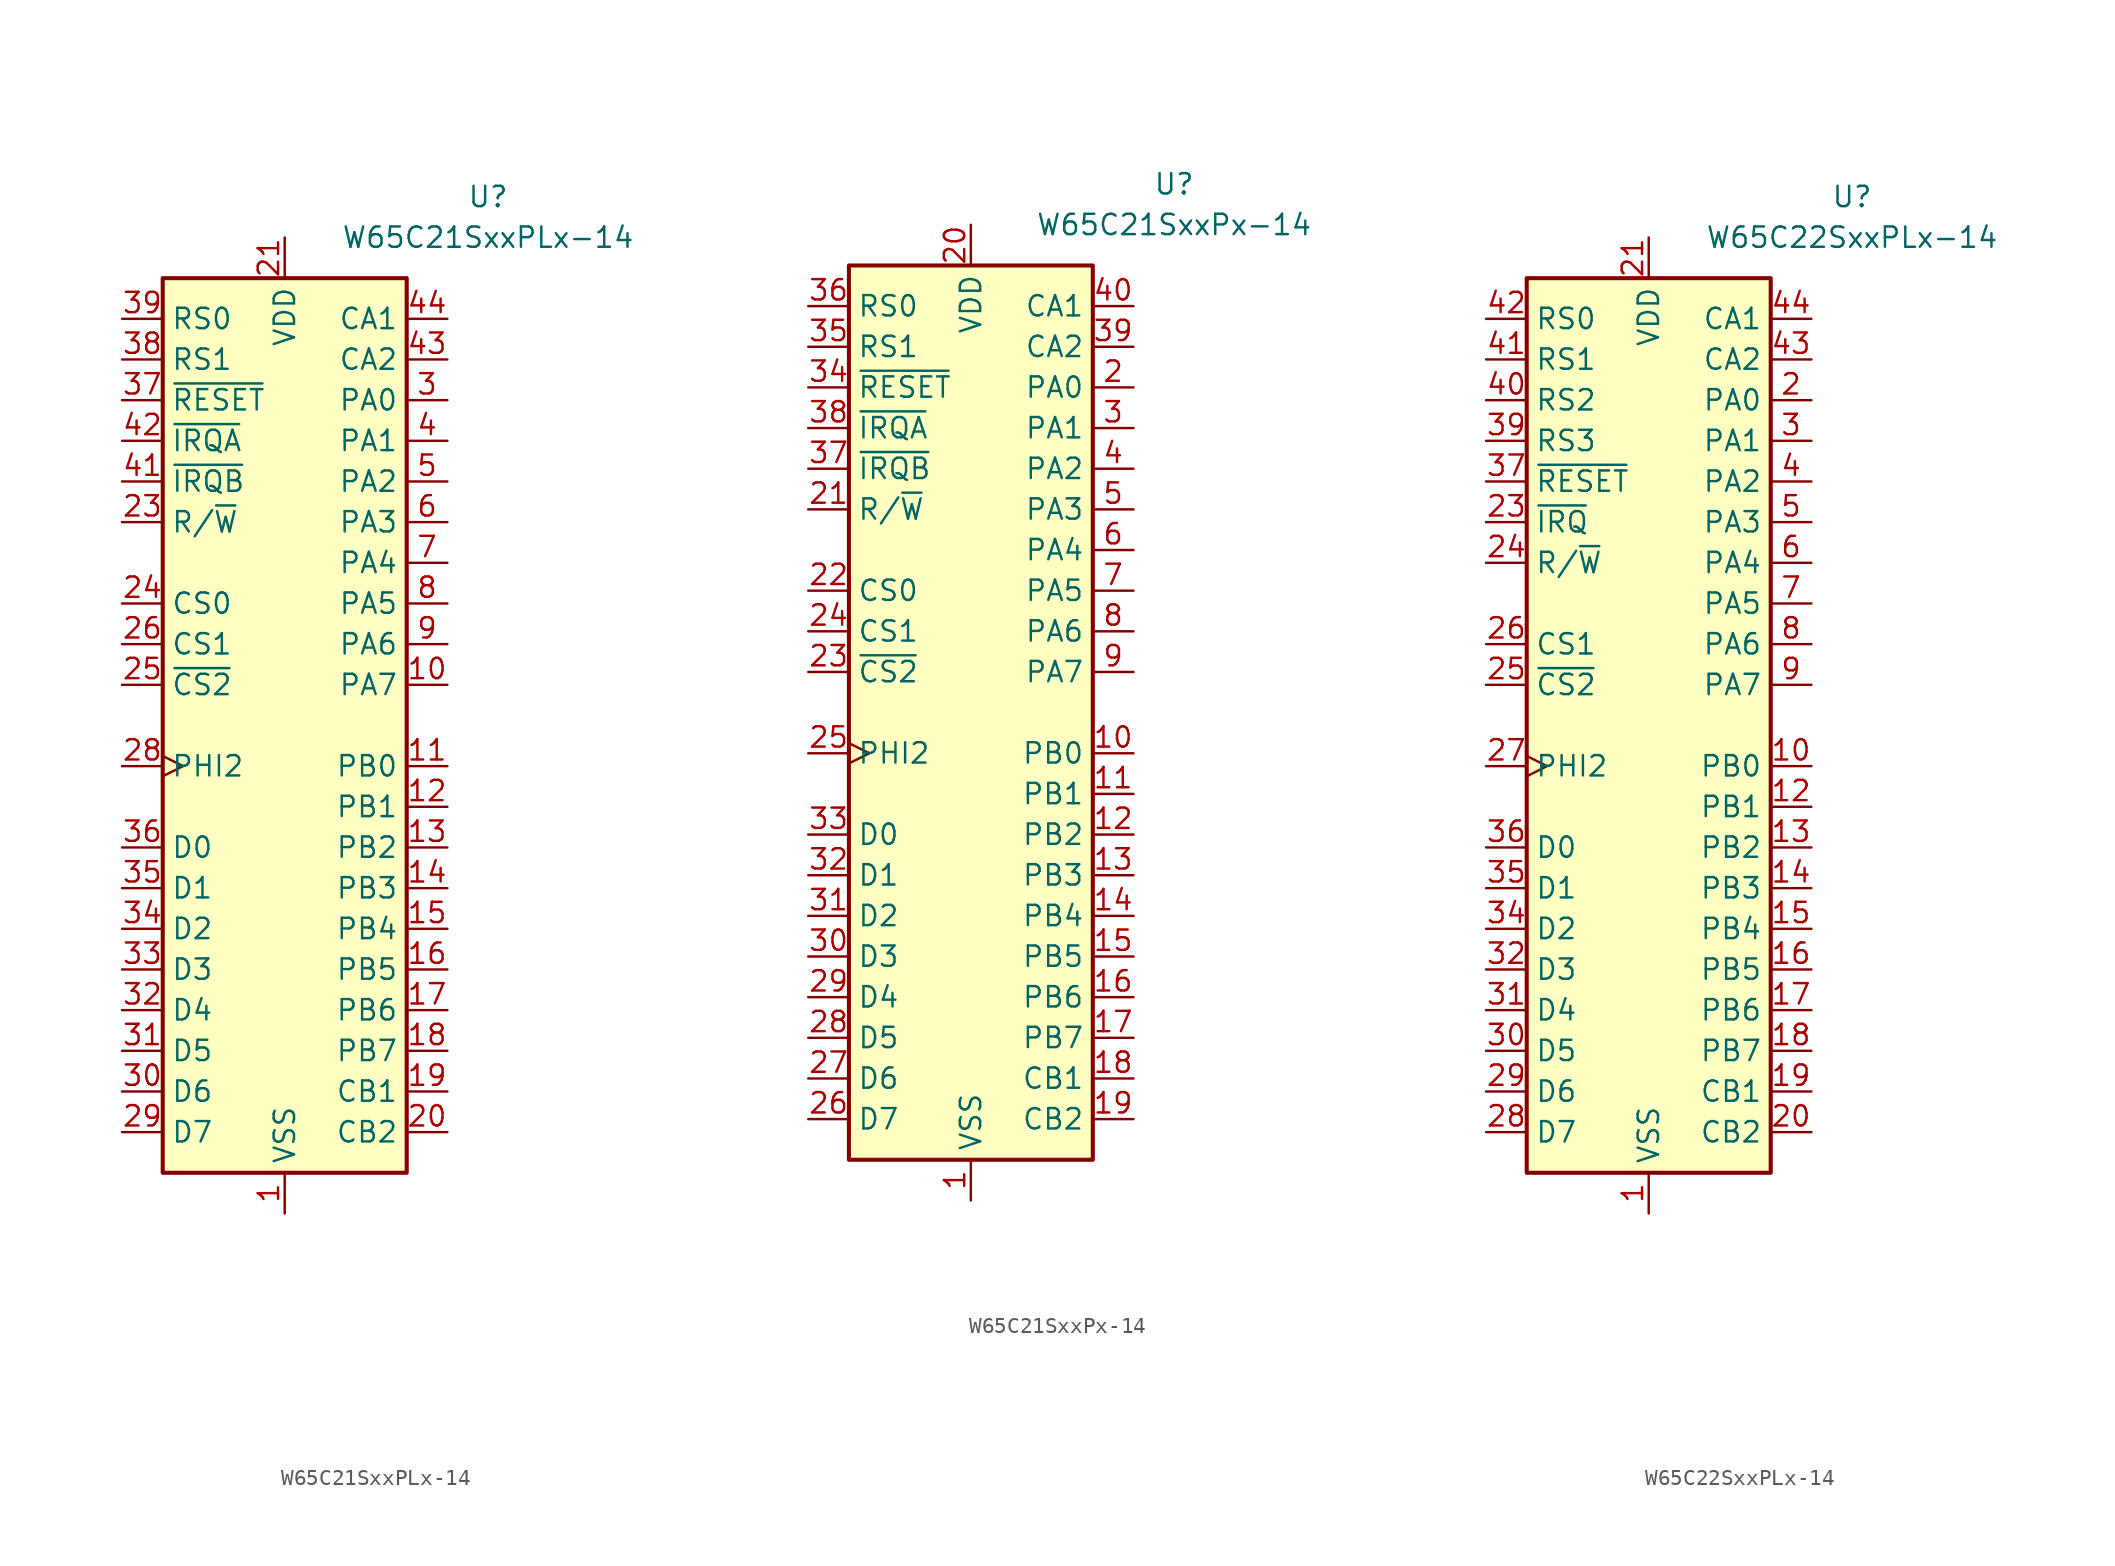
<source format=kicad_sym>
(kicad_symbol_lib
  (version 20211014)
  (generator kicad_symbol_editor)
  (symbol "W65C21SxxPLx-14"
    (property "Reference" "U"
      (at 12.7 33.02 0)
      (effects (font (size 1.27 1.27))))
    (property "Value" "W65C21SxxPLx-14"
      (at 12.7 30.48 0)
      (effects (font (size 1.27 1.27))))
    (symbol "W65C21SxxPLx-14_0_1"
      (rectangle (start -7.62 27.94) (end 7.62 -27.94) (stroke (width 0.254) (type default) (color 0 0 0 0)) (fill (type background))))
    (symbol "W65C21SxxPLx-14_1_1"
      (pin power_in line (at 0 -30.48 90) (length 2.54) (name "VSS" (effects (font (size 1.27 1.27)))) (number "1" (effects (font (size 1.27 1.27)))))
      (pin bidirectional line (at 10.16 2.54 180) (length 2.54) (name "PA7" (effects (font (size 1.27 1.27)))) (number "10" (effects (font (size 1.27 1.27)))))
      (pin bidirectional line (at 10.16 -2.54 180) (length 2.54) (name "PB0" (effects (font (size 1.27 1.27)))) (number "11" (effects (font (size 1.27 1.27)))))
      (pin bidirectional line (at 10.16 -5.08 180) (length 2.54) (name "PB1" (effects (font (size 1.27 1.27)))) (number "12" (effects (font (size 1.27 1.27)))))
      (pin bidirectional line (at 10.16 -7.62 180) (length 2.54) (name "PB2" (effects (font (size 1.27 1.27)))) (number "13" (effects (font (size 1.27 1.27)))))
      (pin bidirectional line (at 10.16 -10.16 180) (length 2.54) (name "PB3" (effects (font (size 1.27 1.27)))) (number "14" (effects (font (size 1.27 1.27)))))
      (pin bidirectional line (at 10.16 -12.7 180) (length 2.54) (name "PB4" (effects (font (size 1.27 1.27)))) (number "15" (effects (font (size 1.27 1.27)))))
      (pin bidirectional line (at 10.16 -15.24 180) (length 2.54) (name "PB5" (effects (font (size 1.27 1.27)))) (number "16" (effects (font (size 1.27 1.27)))))
      (pin bidirectional line (at 10.16 -17.78 180) (length 2.54) (name "PB6" (effects (font (size 1.27 1.27)))) (number "17" (effects (font (size 1.27 1.27)))))
      (pin bidirectional line (at 10.16 -20.32 180) (length 2.54) (name "PB7" (effects (font (size 1.27 1.27)))) (number "18" (effects (font (size 1.27 1.27)))))
      (pin input line (at 10.16 -22.86 180) (length 2.54) (name "CB1" (effects (font (size 1.27 1.27)))) (number "19" (effects (font (size 1.27 1.27)))))
      (pin no_connect non_logic (at 10.16 -30.48 180) (length 2.54) hide (name "NC" (effects (font (size 1.27 1.27)))) (number "2" (effects (font (size 1.27 1.27)))))
      (pin bidirectional line (at 10.16 -25.4 180) (length 2.54) (name "CB2" (effects (font (size 1.27 1.27)))) (number "20" (effects (font (size 1.27 1.27)))))
      (pin power_in line (at 0 30.48 270) (length 2.54) (name "VDD" (effects (font (size 1.27 1.27)))) (number "21" (effects (font (size 1.27 1.27)))))
      (pin no_connect non_logic (at 10.16 -33.02 180) (length 2.54) hide (name "NC" (effects (font (size 1.27 1.27)))) (number "22" (effects (font (size 1.27 1.27)))))
      (pin input line (at -10.16 12.7 0) (length 2.54) (name "R/~{W}" (effects (font (size 1.27 1.27)))) (number "23" (effects (font (size 1.27 1.27)))))
      (pin input line (at -10.16 7.62 0) (length 2.54) (name "CS0" (effects (font (size 1.27 1.27)))) (number "24" (effects (font (size 1.27 1.27)))))
      (pin input line (at -10.16 2.54 0) (length 2.54) (name "~{CS2}" (effects (font (size 1.27 1.27)))) (number "25" (effects (font (size 1.27 1.27)))))
      (pin input line (at -10.16 5.08 0) (length 2.54) (name "CS1" (effects (font (size 1.27 1.27)))) (number "26" (effects (font (size 1.27 1.27)))))
      (pin no_connect non_logic (at 10.16 -35.56 180) (length 2.54) hide (name "NC" (effects (font (size 1.27 1.27)))) (number "27" (effects (font (size 1.27 1.27)))))
      (pin input clock (at -10.16 -2.54 0) (length 2.54) (name "PHI2" (effects (font (size 1.27 1.27)))) (number "28" (effects (font (size 1.27 1.27)))))
      (pin bidirectional line (at -10.16 -25.4 0) (length 2.54) (name "D7" (effects (font (size 1.27 1.27)))) (number "29" (effects (font (size 1.27 1.27)))))
      (pin bidirectional line (at 10.16 20.32 180) (length 2.54) (name "PA0" (effects (font (size 1.27 1.27)))) (number "3" (effects (font (size 1.27 1.27)))))
      (pin bidirectional line (at -10.16 -22.86 0) (length 2.54) (name "D6" (effects (font (size 1.27 1.27)))) (number "30" (effects (font (size 1.27 1.27)))))
      (pin bidirectional line (at -10.16 -20.32 0) (length 2.54) (name "D5" (effects (font (size 1.27 1.27)))) (number "31" (effects (font (size 1.27 1.27)))))
      (pin bidirectional line (at -10.16 -17.78 0) (length 2.54) (name "D4" (effects (font (size 1.27 1.27)))) (number "32" (effects (font (size 1.27 1.27)))))
      (pin bidirectional line (at -10.16 -15.24 0) (length 2.54) (name "D3" (effects (font (size 1.27 1.27)))) (number "33" (effects (font (size 1.27 1.27)))))
      (pin bidirectional line (at -10.16 -12.7 0) (length 2.54) (name "D2" (effects (font (size 1.27 1.27)))) (number "34" (effects (font (size 1.27 1.27)))))
      (pin bidirectional line (at -10.16 -10.16 0) (length 2.54) (name "D1" (effects (font (size 1.27 1.27)))) (number "35" (effects (font (size 1.27 1.27)))))
      (pin bidirectional line (at -10.16 -7.62 0) (length 2.54) (name "D0" (effects (font (size 1.27 1.27)))) (number "36" (effects (font (size 1.27 1.27)))))
      (pin input line (at -10.16 20.32 0) (length 2.54) (name "~{RESET}" (effects (font (size 1.27 1.27)))) (number "37" (effects (font (size 1.27 1.27)))))
      (pin input line (at -10.16 22.86 0) (length 2.54) (name "RS1" (effects (font (size 1.27 1.27)))) (number "38" (effects (font (size 1.27 1.27)))))
      (pin input line (at -10.16 25.4 0) (length 2.54) (name "RS0" (effects (font (size 1.27 1.27)))) (number "39" (effects (font (size 1.27 1.27)))))
      (pin bidirectional line (at 10.16 17.78 180) (length 2.54) (name "PA1" (effects (font (size 1.27 1.27)))) (number "4" (effects (font (size 1.27 1.27)))))
      (pin no_connect non_logic (at 10.16 -38.1 180) (length 2.54) hide (name "NC" (effects (font (size 1.27 1.27)))) (number "40" (effects (font (size 1.27 1.27)))))
      (pin output line (at -10.16 15.24 0) (length 2.54) (name "~{IRQB}" (effects (font (size 1.27 1.27)))) (number "41" (effects (font (size 1.27 1.27)))))
      (pin output line (at -10.16 17.78 0) (length 2.54) (name "~{IRQA}" (effects (font (size 1.27 1.27)))) (number "42" (effects (font (size 1.27 1.27)))))
      (pin bidirectional line (at 10.16 22.86 180) (length 2.54) (name "CA2" (effects (font (size 1.27 1.27)))) (number "43" (effects (font (size 1.27 1.27)))))
      (pin input line (at 10.16 25.4 180) (length 2.54) (name "CA1" (effects (font (size 1.27 1.27)))) (number "44" (effects (font (size 1.27 1.27)))))
      (pin bidirectional line (at 10.16 15.24 180) (length 2.54) (name "PA2" (effects (font (size 1.27 1.27)))) (number "5" (effects (font (size 1.27 1.27)))))
      (pin bidirectional line (at 10.16 12.7 180) (length 2.54) (name "PA3" (effects (font (size 1.27 1.27)))) (number "6" (effects (font (size 1.27 1.27)))))
      (pin bidirectional line (at 10.16 10.16 180) (length 2.54) (name "PA4" (effects (font (size 1.27 1.27)))) (number "7" (effects (font (size 1.27 1.27)))))
      (pin bidirectional line (at 10.16 7.62 180) (length 2.54) (name "PA5" (effects (font (size 1.27 1.27)))) (number "8" (effects (font (size 1.27 1.27)))))
      (pin bidirectional line (at 10.16 5.08 180) (length 2.54) (name "PA6" (effects (font (size 1.27 1.27)))) (number "9" (effects (font (size 1.27 1.27)))))))
  (symbol "W65C21SxxPx-14"
    (property "Reference" "U"
      (at 12.7 33.02 0)
      (effects (font (size 1.27 1.27))))
    (property "Value" "W65C21SxxPx-14"
      (at 12.7 30.48 0)
      (effects (font (size 1.27 1.27))))
    (symbol "W65C21SxxPx-14_0_1"
      (rectangle (start -7.62 27.94) (end 7.62 -27.94) (stroke (width 0.254) (type default) (color 0 0 0 0)) (fill (type background))))
    (symbol "W65C21SxxPx-14_1_1"
      (pin power_in line (at 0 -30.48 90) (length 2.54) (name "VSS" (effects (font (size 1.27 1.27)))) (number "1" (effects (font (size 1.27 1.27)))))
      (pin bidirectional line (at 10.16 -2.54 180) (length 2.54) (name "PB0" (effects (font (size 1.27 1.27)))) (number "10" (effects (font (size 1.27 1.27)))))
      (pin bidirectional line (at 10.16 -5.08 180) (length 2.54) (name "PB1" (effects (font (size 1.27 1.27)))) (number "11" (effects (font (size 1.27 1.27)))))
      (pin bidirectional line (at 10.16 -7.62 180) (length 2.54) (name "PB2" (effects (font (size 1.27 1.27)))) (number "12" (effects (font (size 1.27 1.27)))))
      (pin bidirectional line (at 10.16 -10.16 180) (length 2.54) (name "PB3" (effects (font (size 1.27 1.27)))) (number "13" (effects (font (size 1.27 1.27)))))
      (pin bidirectional line (at 10.16 -12.7 180) (length 2.54) (name "PB4" (effects (font (size 1.27 1.27)))) (number "14" (effects (font (size 1.27 1.27)))))
      (pin bidirectional line (at 10.16 -15.24 180) (length 2.54) (name "PB5" (effects (font (size 1.27 1.27)))) (number "15" (effects (font (size 1.27 1.27)))))
      (pin bidirectional line (at 10.16 -17.78 180) (length 2.54) (name "PB6" (effects (font (size 1.27 1.27)))) (number "16" (effects (font (size 1.27 1.27)))))
      (pin bidirectional line (at 10.16 -20.32 180) (length 2.54) (name "PB7" (effects (font (size 1.27 1.27)))) (number "17" (effects (font (size 1.27 1.27)))))
      (pin input line (at 10.16 -22.86 180) (length 2.54) (name "CB1" (effects (font (size 1.27 1.27)))) (number "18" (effects (font (size 1.27 1.27)))))
      (pin bidirectional line (at 10.16 -25.4 180) (length 2.54) (name "CB2" (effects (font (size 1.27 1.27)))) (number "19" (effects (font (size 1.27 1.27)))))
      (pin bidirectional line (at 10.16 20.32 180) (length 2.54) (name "PA0" (effects (font (size 1.27 1.27)))) (number "2" (effects (font (size 1.27 1.27)))))
      (pin power_in line (at 0 30.48 270) (length 2.54) (name "VDD" (effects (font (size 1.27 1.27)))) (number "20" (effects (font (size 1.27 1.27)))))
      (pin input line (at -10.16 12.7 0) (length 2.54) (name "R/~{W}" (effects (font (size 1.27 1.27)))) (number "21" (effects (font (size 1.27 1.27)))))
      (pin input line (at -10.16 7.62 0) (length 2.54) (name "CS0" (effects (font (size 1.27 1.27)))) (number "22" (effects (font (size 1.27 1.27)))))
      (pin input line (at -10.16 2.54 0) (length 2.54) (name "~{CS2}" (effects (font (size 1.27 1.27)))) (number "23" (effects (font (size 1.27 1.27)))))
      (pin input line (at -10.16 5.08 0) (length 2.54) (name "CS1" (effects (font (size 1.27 1.27)))) (number "24" (effects (font (size 1.27 1.27)))))
      (pin input clock (at -10.16 -2.54 0) (length 2.54) (name "PHI2" (effects (font (size 1.27 1.27)))) (number "25" (effects (font (size 1.27 1.27)))))
      (pin bidirectional line (at -10.16 -25.4 0) (length 2.54) (name "D7" (effects (font (size 1.27 1.27)))) (number "26" (effects (font (size 1.27 1.27)))))
      (pin bidirectional line (at -10.16 -22.86 0) (length 2.54) (name "D6" (effects (font (size 1.27 1.27)))) (number "27" (effects (font (size 1.27 1.27)))))
      (pin bidirectional line (at -10.16 -20.32 0) (length 2.54) (name "D5" (effects (font (size 1.27 1.27)))) (number "28" (effects (font (size 1.27 1.27)))))
      (pin bidirectional line (at -10.16 -17.78 0) (length 2.54) (name "D4" (effects (font (size 1.27 1.27)))) (number "29" (effects (font (size 1.27 1.27)))))
      (pin bidirectional line (at 10.16 17.78 180) (length 2.54) (name "PA1" (effects (font (size 1.27 1.27)))) (number "3" (effects (font (size 1.27 1.27)))))
      (pin bidirectional line (at -10.16 -15.24 0) (length 2.54) (name "D3" (effects (font (size 1.27 1.27)))) (number "30" (effects (font (size 1.27 1.27)))))
      (pin bidirectional line (at -10.16 -12.7 0) (length 2.54) (name "D2" (effects (font (size 1.27 1.27)))) (number "31" (effects (font (size 1.27 1.27)))))
      (pin bidirectional line (at -10.16 -10.16 0) (length 2.54) (name "D1" (effects (font (size 1.27 1.27)))) (number "32" (effects (font (size 1.27 1.27)))))
      (pin bidirectional line (at -10.16 -7.62 0) (length 2.54) (name "D0" (effects (font (size 1.27 1.27)))) (number "33" (effects (font (size 1.27 1.27)))))
      (pin input line (at -10.16 20.32 0) (length 2.54) (name "~{RESET}" (effects (font (size 1.27 1.27)))) (number "34" (effects (font (size 1.27 1.27)))))
      (pin input line (at -10.16 22.86 0) (length 2.54) (name "RS1" (effects (font (size 1.27 1.27)))) (number "35" (effects (font (size 1.27 1.27)))))
      (pin input line (at -10.16 25.4 0) (length 2.54) (name "RS0" (effects (font (size 1.27 1.27)))) (number "36" (effects (font (size 1.27 1.27)))))
      (pin output line (at -10.16 15.24 0) (length 2.54) (name "~{IRQB}" (effects (font (size 1.27 1.27)))) (number "37" (effects (font (size 1.27 1.27)))))
      (pin output line (at -10.16 17.78 0) (length 2.54) (name "~{IRQA}" (effects (font (size 1.27 1.27)))) (number "38" (effects (font (size 1.27 1.27)))))
      (pin bidirectional line (at 10.16 22.86 180) (length 2.54) (name "CA2" (effects (font (size 1.27 1.27)))) (number "39" (effects (font (size 1.27 1.27)))))
      (pin bidirectional line (at 10.16 15.24 180) (length 2.54) (name "PA2" (effects (font (size 1.27 1.27)))) (number "4" (effects (font (size 1.27 1.27)))))
      (pin input line (at 10.16 25.4 180) (length 2.54) (name "CA1" (effects (font (size 1.27 1.27)))) (number "40" (effects (font (size 1.27 1.27)))))
      (pin bidirectional line (at 10.16 12.7 180) (length 2.54) (name "PA3" (effects (font (size 1.27 1.27)))) (number "5" (effects (font (size 1.27 1.27)))))
      (pin bidirectional line (at 10.16 10.16 180) (length 2.54) (name "PA4" (effects (font (size 1.27 1.27)))) (number "6" (effects (font (size 1.27 1.27)))))
      (pin bidirectional line (at 10.16 7.62 180) (length 2.54) (name "PA5" (effects (font (size 1.27 1.27)))) (number "7" (effects (font (size 1.27 1.27)))))
      (pin bidirectional line (at 10.16 5.08 180) (length 2.54) (name "PA6" (effects (font (size 1.27 1.27)))) (number "8" (effects (font (size 1.27 1.27)))))
      (pin bidirectional line (at 10.16 2.54 180) (length 2.54) (name "PA7" (effects (font (size 1.27 1.27)))) (number "9" (effects (font (size 1.27 1.27)))))))
  (symbol "W65C22SxxPLx-14"
    (property "Reference" "U"
      (at 12.7 33.02 0)
      (effects (font (size 1.27 1.27))))
    (property "Value" "W65C22SxxPLx-14"
      (at 12.7 30.48 0)
      (effects (font (size 1.27 1.27))))
    (symbol "W65C22SxxPLx-14_0_1"
      (rectangle (start 7.62 27.94) (end -7.62 -27.94) (stroke (width 0.254) (type default) (color 0 0 0 0)) (fill (type background))))
    (symbol "W65C22SxxPLx-14_1_1"
      (pin power_in line (at 0 -30.48 90) (length 2.54) (name "VSS" (effects (font (size 1.27 1.27)))) (number "1" (effects (font (size 1.27 1.27)))))
      (pin bidirectional line (at 10.16 -2.54 180) (length 2.54) (name "PB0" (effects (font (size 1.27 1.27)))) (number "10" (effects (font (size 1.27 1.27)))))
      (pin no_connect non_logic (at 10.16 -30.48 180) (length 2.54) hide (name "NC" (effects (font (size 1.27 1.27)))) (number "11" (effects (font (size 1.27 1.27)))))
      (pin bidirectional line (at 10.16 -5.08 180) (length 2.54) (name "PB1" (effects (font (size 1.27 1.27)))) (number "12" (effects (font (size 1.27 1.27)))))
      (pin bidirectional line (at 10.16 -7.62 180) (length 2.54) (name "PB2" (effects (font (size 1.27 1.27)))) (number "13" (effects (font (size 1.27 1.27)))))
      (pin bidirectional line (at 10.16 -10.16 180) (length 2.54) (name "PB3" (effects (font (size 1.27 1.27)))) (number "14" (effects (font (size 1.27 1.27)))))
      (pin bidirectional line (at 10.16 -12.7 180) (length 2.54) (name "PB4" (effects (font (size 1.27 1.27)))) (number "15" (effects (font (size 1.27 1.27)))))
      (pin bidirectional line (at 10.16 -15.24 180) (length 2.54) (name "PB5" (effects (font (size 1.27 1.27)))) (number "16" (effects (font (size 1.27 1.27)))))
      (pin bidirectional line (at 10.16 -17.78 180) (length 2.54) (name "PB6" (effects (font (size 1.27 1.27)))) (number "17" (effects (font (size 1.27 1.27)))))
      (pin bidirectional line (at 10.16 -20.32 180) (length 2.54) (name "PB7" (effects (font (size 1.27 1.27)))) (number "18" (effects (font (size 1.27 1.27)))))
      (pin bidirectional line (at 10.16 -22.86 180) (length 2.54) (name "CB1" (effects (font (size 1.27 1.27)))) (number "19" (effects (font (size 1.27 1.27)))))
      (pin bidirectional line (at 10.16 20.32 180) (length 2.54) (name "PA0" (effects (font (size 1.27 1.27)))) (number "2" (effects (font (size 1.27 1.27)))))
      (pin bidirectional line (at 10.16 -25.4 180) (length 2.54) (name "CB2" (effects (font (size 1.27 1.27)))) (number "20" (effects (font (size 1.27 1.27)))))
      (pin power_in line (at 0 30.48 270) (length 2.54) (name "VDD" (effects (font (size 1.27 1.27)))) (number "21" (effects (font (size 1.27 1.27)))))
      (pin no_connect non_logic (at 10.16 -33.02 180) (length 2.54) hide (name "NC" (effects (font (size 1.27 1.27)))) (number "22" (effects (font (size 1.27 1.27)))))
      (pin output line (at -10.16 12.7 0) (length 2.54) (name "~{IRQ}" (effects (font (size 1.27 1.27)))) (number "23" (effects (font (size 1.27 1.27)))))
      (pin input line (at -10.16 10.16 0) (length 2.54) (name "R/~{W}" (effects (font (size 1.27 1.27)))) (number "24" (effects (font (size 1.27 1.27)))))
      (pin input line (at -10.16 2.54 0) (length 2.54) (name "~{CS2}" (effects (font (size 1.27 1.27)))) (number "25" (effects (font (size 1.27 1.27)))))
      (pin input line (at -10.16 5.08 0) (length 2.54) (name "CS1" (effects (font (size 1.27 1.27)))) (number "26" (effects (font (size 1.27 1.27)))))
      (pin input clock (at -10.16 -2.54 0) (length 2.54) (name "PHI2" (effects (font (size 1.27 1.27)))) (number "27" (effects (font (size 1.27 1.27)))))
      (pin bidirectional line (at -10.16 -25.4 0) (length 2.54) (name "D7" (effects (font (size 1.27 1.27)))) (number "28" (effects (font (size 1.27 1.27)))))
      (pin bidirectional line (at -10.16 -22.86 0) (length 2.54) (name "D6" (effects (font (size 1.27 1.27)))) (number "29" (effects (font (size 1.27 1.27)))))
      (pin bidirectional line (at 10.16 17.78 180) (length 2.54) (name "PA1" (effects (font (size 1.27 1.27)))) (number "3" (effects (font (size 1.27 1.27)))))
      (pin bidirectional line (at -10.16 -20.32 0) (length 2.54) (name "D5" (effects (font (size 1.27 1.27)))) (number "30" (effects (font (size 1.27 1.27)))))
      (pin bidirectional line (at -10.16 -17.78 0) (length 2.54) (name "D4" (effects (font (size 1.27 1.27)))) (number "31" (effects (font (size 1.27 1.27)))))
      (pin bidirectional line (at -10.16 -15.24 0) (length 2.54) (name "D3" (effects (font (size 1.27 1.27)))) (number "32" (effects (font (size 1.27 1.27)))))
      (pin no_connect non_logic (at 10.16 -35.56 180) (length 2.54) hide (name "NC" (effects (font (size 1.27 1.27)))) (number "33" (effects (font (size 1.27 1.27)))))
      (pin bidirectional line (at -10.16 -12.7 0) (length 2.54) (name "D2" (effects (font (size 1.27 1.27)))) (number "34" (effects (font (size 1.27 1.27)))))
      (pin bidirectional line (at -10.16 -10.16 0) (length 2.54) (name "D1" (effects (font (size 1.27 1.27)))) (number "35" (effects (font (size 1.27 1.27)))))
      (pin bidirectional line (at -10.16 -7.62 0) (length 2.54) (name "D0" (effects (font (size 1.27 1.27)))) (number "36" (effects (font (size 1.27 1.27)))))
      (pin input line (at -10.16 15.24 0) (length 2.54) (name "~{RESET}" (effects (font (size 1.27 1.27)))) (number "37" (effects (font (size 1.27 1.27)))))
      (pin no_connect non_logic (at 10.16 -38.1 180) (length 2.54) hide (name "NC" (effects (font (size 1.27 1.27)))) (number "38" (effects (font (size 1.27 1.27)))))
      (pin input line (at -10.16 17.78 0) (length 2.54) (name "RS3" (effects (font (size 1.27 1.27)))) (number "39" (effects (font (size 1.27 1.27)))))
      (pin bidirectional line (at 10.16 15.24 180) (length 2.54) (name "PA2" (effects (font (size 1.27 1.27)))) (number "4" (effects (font (size 1.27 1.27)))))
      (pin input line (at -10.16 20.32 0) (length 2.54) (name "RS2" (effects (font (size 1.27 1.27)))) (number "40" (effects (font (size 1.27 1.27)))))
      (pin input line (at -10.16 22.86 0) (length 2.54) (name "RS1" (effects (font (size 1.27 1.27)))) (number "41" (effects (font (size 1.27 1.27)))))
      (pin input line (at -10.16 25.4 0) (length 2.54) (name "RS0" (effects (font (size 1.27 1.27)))) (number "42" (effects (font (size 1.27 1.27)))))
      (pin bidirectional line (at 10.16 22.86 180) (length 2.54) (name "CA2" (effects (font (size 1.27 1.27)))) (number "43" (effects (font (size 1.27 1.27)))))
      (pin input line (at 10.16 25.4 180) (length 2.54) (name "CA1" (effects (font (size 1.27 1.27)))) (number "44" (effects (font (size 1.27 1.27)))))
      (pin bidirectional line (at 10.16 12.7 180) (length 2.54) (name "PA3" (effects (font (size 1.27 1.27)))) (number "5" (effects (font (size 1.27 1.27)))))
      (pin bidirectional line (at 10.16 10.16 180) (length 2.54) (name "PA4" (effects (font (size 1.27 1.27)))) (number "6" (effects (font (size 1.27 1.27)))))
      (pin bidirectional line (at 10.16 7.62 180) (length 2.54) (name "PA5" (effects (font (size 1.27 1.27)))) (number "7" (effects (font (size 1.27 1.27)))))
      (pin bidirectional line (at 10.16 5.08 180) (length 2.54) (name "PA6" (effects (font (size 1.27 1.27)))) (number "8" (effects (font (size 1.27 1.27)))))
      (pin bidirectional line (at 10.16 2.54 180) (length 2.54) (name "PA7" (effects (font (size 1.27 1.27)))) (number "9" (effects (font (size 1.27 1.27))))))))
</source>
